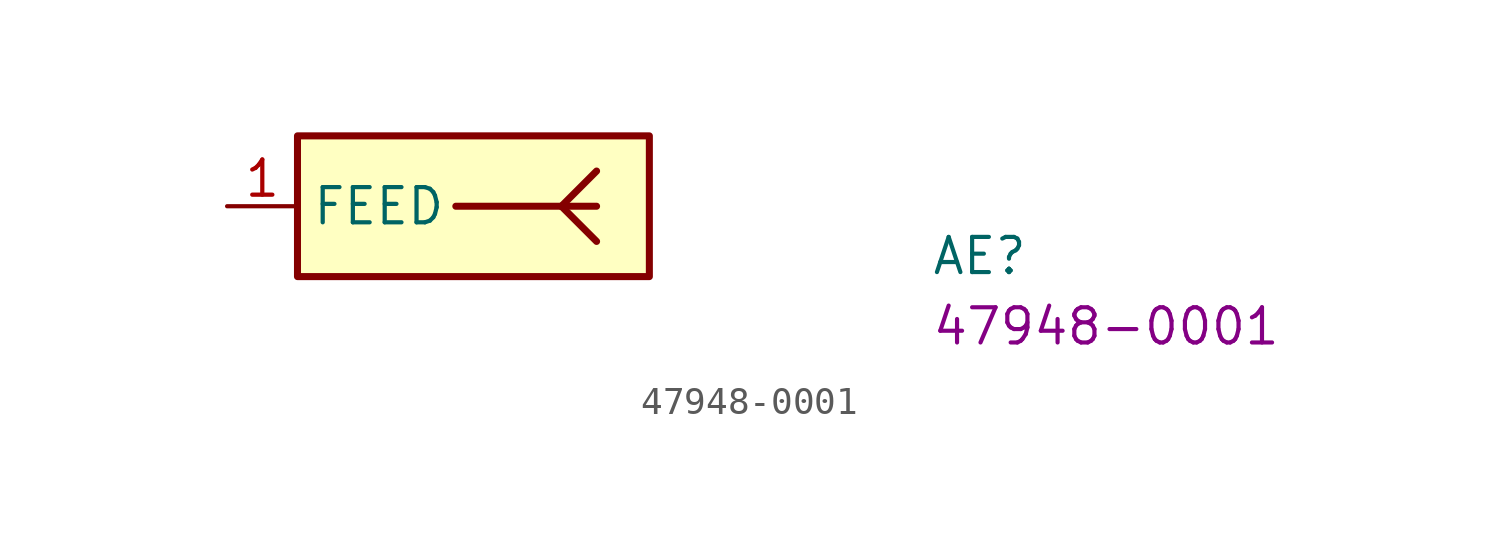
<source format=kicad_sym>
(kicad_symbol_lib
  (version 20220914)
  (generator kicad_symbol_editor)
  (symbol "47948-0001"
    (property "Reference" "AE"
      (at 25.4 -2.54 0)
      (effects (font (size 1.27 1.27) (thickness 0.15)) (justify left bottom)))
    (property "MPN" "47948-0001"
      (at 25.4 -5.08 0)
      (effects (font (size 1.27 1.27) (thickness 0.15)) (justify left bottom)))
    (symbol "47948-0001_0_0"
      (pin passive line (at 0 0 0) (length 2.54) (name "FEED" (effects (font (size 1.27 1.27)))) (number "1" (effects (font (size 1.27 1.27))))))
    (symbol "47948-0001_1_1"
      (polyline (pts (xy 8.255 0) (xy 13.335 0)) (stroke (width 0.254) (type default)) (fill (type background)))
      (polyline (pts (xy 12.065 0) (xy 13.335 -1.27)) (stroke (width 0.254) (type default)) (fill (type background)))
      (polyline (pts (xy 12.065 0) (xy 13.335 1.27)) (stroke (width 0.254) (type default)) (fill (type background)))
      (rectangle (start 2.54 2.54) (end 15.24 -2.54) (stroke (width 0.254) (type default)) (fill (type background)))
      (pin no_connect line (at 15.24 1.27 180) (length 2.54) hide (name "~" (effects (font (size 1.27 1.27)))) (number "MP1" (effects (font (size 1.27 1.27)))))
      (pin no_connect line (at 15.24 0 180) (length 2.54) hide (name "~" (effects (font (size 1.27 1.27)))) (number "MP2" (effects (font (size 1.27 1.27)))))
      (pin no_connect line (at 15.24 -1.27 180) (length 2.54) hide (name "~" (effects (font (size 1.27 1.27)))) (number "MP3" (effects (font (size 1.27 1.27))))))))
</source>
